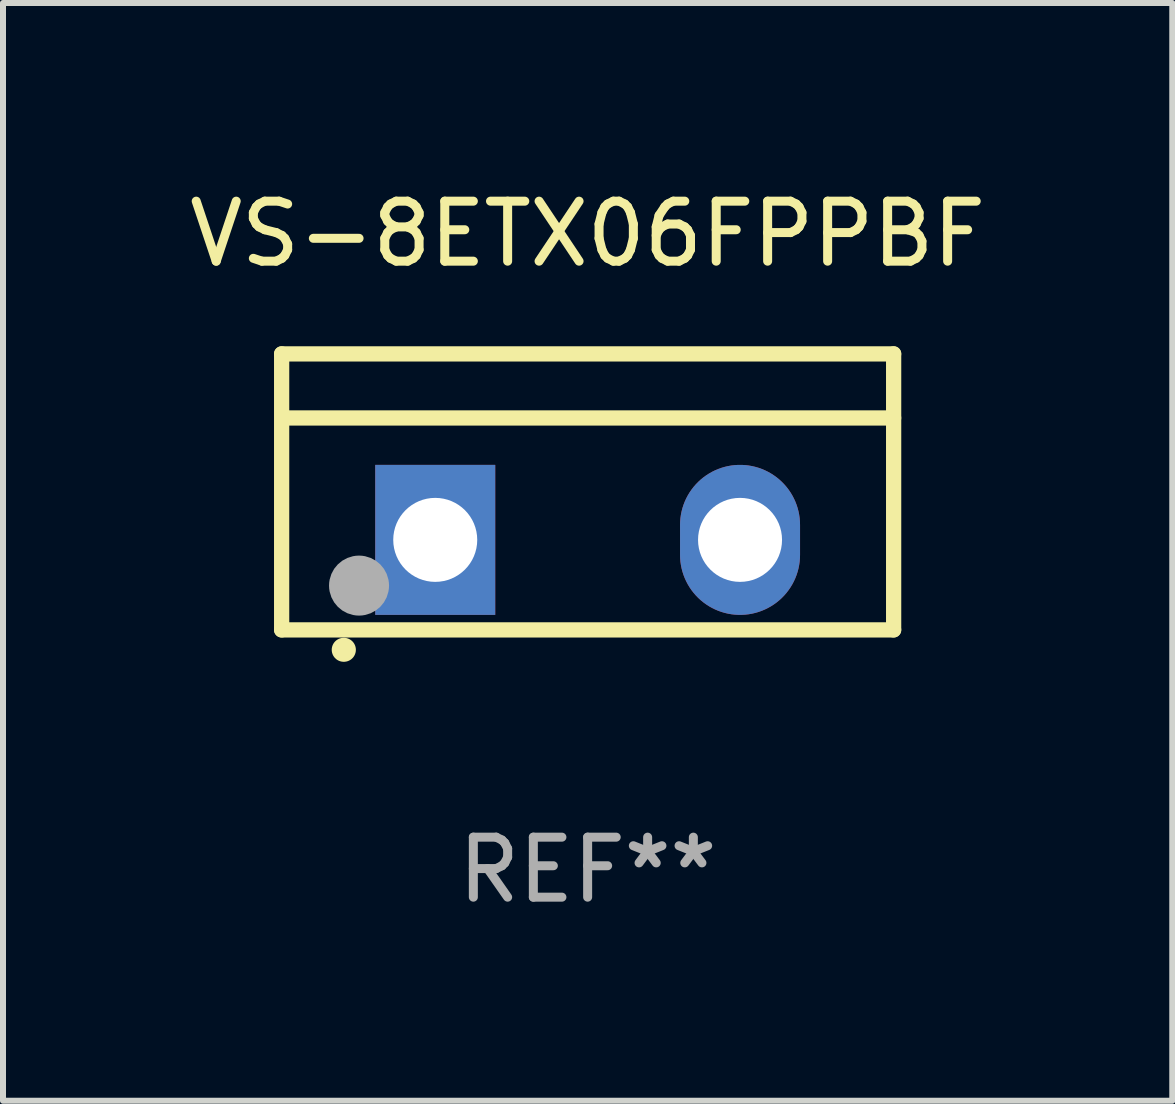
<source format=kicad_pcb>
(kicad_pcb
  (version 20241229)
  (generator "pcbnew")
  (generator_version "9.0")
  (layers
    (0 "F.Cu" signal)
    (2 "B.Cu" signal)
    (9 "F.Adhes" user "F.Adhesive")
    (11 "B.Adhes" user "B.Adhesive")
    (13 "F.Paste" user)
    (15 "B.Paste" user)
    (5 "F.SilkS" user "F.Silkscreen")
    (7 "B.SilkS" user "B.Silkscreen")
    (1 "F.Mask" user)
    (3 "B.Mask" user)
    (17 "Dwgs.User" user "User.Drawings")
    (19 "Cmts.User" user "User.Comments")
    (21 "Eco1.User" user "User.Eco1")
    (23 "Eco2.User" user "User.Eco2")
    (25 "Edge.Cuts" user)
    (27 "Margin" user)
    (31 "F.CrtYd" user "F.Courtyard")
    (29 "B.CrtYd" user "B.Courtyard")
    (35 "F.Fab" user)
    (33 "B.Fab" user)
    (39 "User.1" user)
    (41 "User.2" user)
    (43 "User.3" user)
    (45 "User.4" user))
  (footprint "VS-8ETX06FPPBF"
    (layer "F.Cu")
    (at 6.744 5.148)
    (property "Reference" "VS-8ETX06FPPBF" (at 0 -4.3 0) (layer "F.SilkS") (effects (font (size 1 1) (thickness 0.15))))
    (attr through_hole)
    (fp_line (start -5.1 -2.3) (end -5.1 2.3) (stroke (width 0.254) (type solid)) (layer "F.SilkS"))
    (fp_line (start -5.1 2.3) (end 5.1 2.3) (stroke (width 0.254) (type solid)) (layer "F.SilkS"))
    (fp_line (start -5.08 -1.232) (end 5.1 -1.232) (stroke (width 0.254) (type solid)) (layer "F.SilkS"))
    (fp_line (start 5.1 -2.3) (end -5.1 -2.3) (stroke (width 0.254) (type solid)) (layer "F.SilkS"))
    (fp_line (start 5.1 -2.3) (end 5.1 2.3) (stroke (width 0.254) (type solid)) (layer "F.SilkS"))
    (fp_arc (start -4.065278 2.632004) (mid -4.064008 2.632) (end -4.062738 2.632004) (stroke (width 0.4) (type solid)) (layer "F.SilkS"))
    (fp_circle (center -5.1 2.32) (end -5.07 2.32) (stroke (width 0.06) (type solid)) (fill no) (layer "F.SilkS"))
    (fp_circle (center -3.81 1.562) (end -3.56 1.562) (stroke (width 0.5) (type solid)) (fill no) (layer "F.Fab"))
    (fp_text user "REF**" (at 0 6.3 0) (layer "F.Fab") (effects (font (size 1 1) (thickness 0.15))))
    (pad "1" thru_hole rect (at -2.54 0.8) (size 2 2.5) (drill 1.4) (layers "*.Cu" "*.Mask"))
    (pad "2" thru_hole oval (at 2.54 0.8) (size 2 2.5) (drill 1.4) (layers "*.Cu" "*.Mask")))
  (gr_rect
    (start -3 -3)
    (end 16.488 15.296)
    (stroke (width 0.1) (type default))
    (fill no)
    (layer "Edge.Cuts")))
</source>
